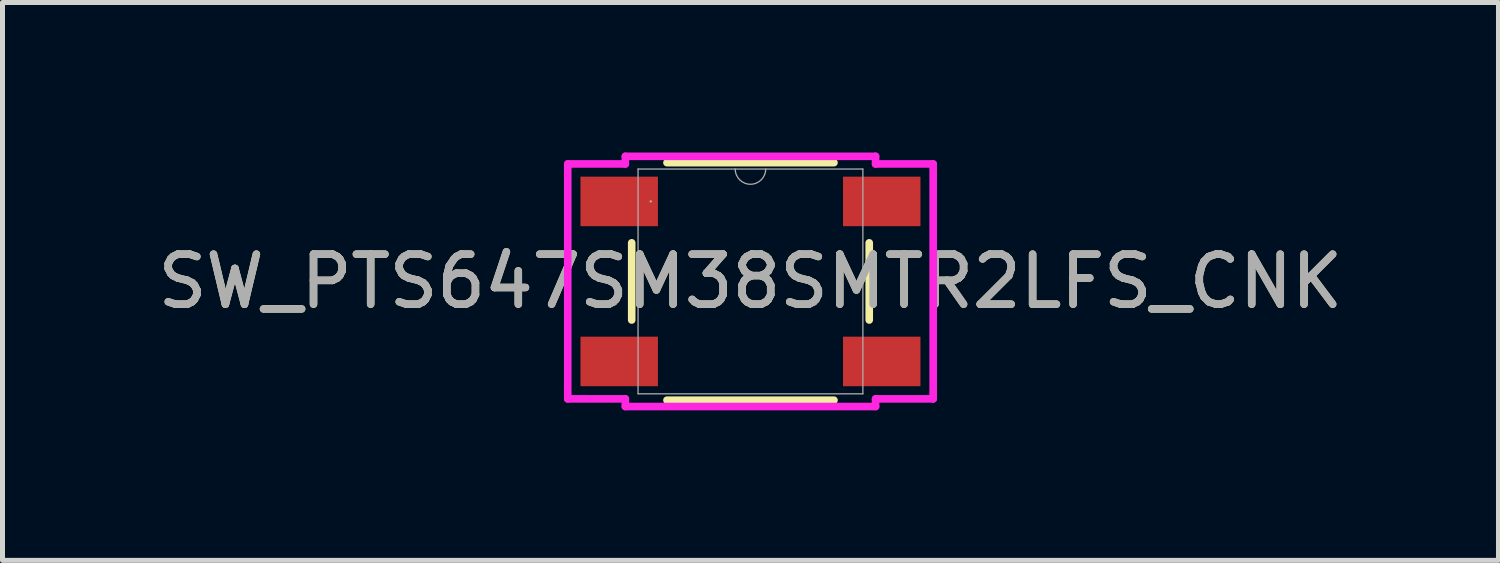
<source format=kicad_pcb>
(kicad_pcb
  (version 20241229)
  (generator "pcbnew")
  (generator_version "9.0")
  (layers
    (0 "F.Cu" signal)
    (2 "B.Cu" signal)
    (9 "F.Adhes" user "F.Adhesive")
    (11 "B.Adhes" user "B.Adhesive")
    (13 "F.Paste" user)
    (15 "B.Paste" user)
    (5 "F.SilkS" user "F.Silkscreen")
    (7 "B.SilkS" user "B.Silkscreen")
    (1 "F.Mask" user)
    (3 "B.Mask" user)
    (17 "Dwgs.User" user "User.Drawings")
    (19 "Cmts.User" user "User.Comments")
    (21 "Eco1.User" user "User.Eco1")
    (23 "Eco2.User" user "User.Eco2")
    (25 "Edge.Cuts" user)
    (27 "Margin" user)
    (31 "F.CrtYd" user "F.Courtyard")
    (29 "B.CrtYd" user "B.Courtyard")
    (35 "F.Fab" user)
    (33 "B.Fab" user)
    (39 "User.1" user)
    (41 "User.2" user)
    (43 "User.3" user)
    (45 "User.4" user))
  (footprint "SW_PTS647SM38SMTR2LFS_CNK"
    (layer "F.Cu")
    (at 11.958 2.578)
    (property "Reference" "SW_PTS647SM38SMTR2LFS_CNK" (at 0 0 0) (unlocked yes) (layer "F.SilkS") (effects (font (size 1 1) (thickness 0.15))))
    (attr smd)
    (fp_line (start -2.375 -0.772) (end -2.375 0.772) (stroke (width 0.152) (type solid)) (layer "F.SilkS"))
    (fp_line (start -1.67 2.375) (end 1.67 2.375) (stroke (width 0.152) (type solid)) (layer "F.SilkS"))
    (fp_line (start 1.67 -2.375) (end -1.67 -2.375) (stroke (width 0.152) (type solid)) (layer "F.SilkS"))
    (fp_line (start 2.375 0.772) (end 2.375 -0.772) (stroke (width 0.152) (type solid)) (layer "F.SilkS"))
    (fp_line (start -3.654 -2.349) (end -2.502 -2.349) (stroke (width 0.152) (type solid)) (layer "F.CrtYd"))
    (fp_line (start -3.654 2.349) (end -3.654 -2.349) (stroke (width 0.152) (type solid)) (layer "F.CrtYd"))
    (fp_line (start -3.654 2.349) (end -2.502 2.349) (stroke (width 0.152) (type solid)) (layer "F.CrtYd"))
    (fp_line (start -2.502 -2.502) (end 2.502 -2.502) (stroke (width 0.152) (type solid)) (layer "F.CrtYd"))
    (fp_line (start -2.502 -2.349) (end -2.502 -2.502) (stroke (width 0.152) (type solid)) (layer "F.CrtYd"))
    (fp_line (start -2.502 2.502) (end -2.502 2.349) (stroke (width 0.152) (type solid)) (layer "F.CrtYd"))
    (fp_line (start 2.502 -2.502) (end 2.502 -2.349) (stroke (width 0.152) (type solid)) (layer "F.CrtYd"))
    (fp_line (start 2.502 2.349) (end 2.502 2.502) (stroke (width 0.152) (type solid)) (layer "F.CrtYd"))
    (fp_line (start 2.502 2.502) (end -2.502 2.502) (stroke (width 0.152) (type solid)) (layer "F.CrtYd"))
    (fp_line (start 3.654 -2.349) (end 2.502 -2.349) (stroke (width 0.152) (type solid)) (layer "F.CrtYd"))
    (fp_line (start 3.654 -2.349) (end 3.654 2.349) (stroke (width 0.152) (type solid)) (layer "F.CrtYd"))
    (fp_line (start 3.654 2.349) (end 2.502 2.349) (stroke (width 0.152) (type solid)) (layer "F.CrtYd"))
    (fp_line (start -2.248 -2.248) (end -2.248 2.248) (stroke (width 0.025) (type solid)) (layer "F.Fab"))
    (fp_line (start -2.248 2.248) (end 2.248 2.248) (stroke (width 0.025) (type solid)) (layer "F.Fab"))
    (fp_line (start 2.248 -2.248) (end -2.248 -2.248) (stroke (width 0.025) (type solid)) (layer "F.Fab"))
    (fp_line (start 2.248 2.248) (end 2.248 -2.248) (stroke (width 0.025) (type solid)) (layer "F.Fab"))
    (fp_arc (start 0.3048 -2.2479) (mid 0 -1.9431) (end -0.3048 -2.2479) (stroke (width 0.0254) (type solid)) (layer "F.Fab"))
    (fp_circle (center -1.994 -1.6) (end -1.994 -1.6) (stroke (width 0.025) (type solid)) (fill no) (layer "F.Fab"))
    (fp_text user "${REFERENCE}" (at 0 0 0) (unlocked yes) (layer "F.Fab") (effects (font (size 1 1) (thickness 0.15))))
    (pad "1" smd rect (at -2.625 -1.6) (size 1.549 0.991) (layers "F.Cu" "F.Mask" "F.Paste"))
    (pad "2" smd rect (at 2.625 -1.6) (size 1.549 0.991) (layers "F.Cu" "F.Mask" "F.Paste"))
    (pad "3" smd rect (at -2.625 1.6) (size 1.549 0.991) (layers "F.Cu" "F.Mask" "F.Paste"))
    (pad "4" smd rect (at 2.625 1.6) (size 1.549 0.991) (layers "F.Cu" "F.Mask" "F.Paste")))
  (gr_rect
    (start -3 -3)
    (end 26.917 8.156)
    (stroke (width 0.1) (type default))
    (fill no)
    (layer "Edge.Cuts")))
</source>
